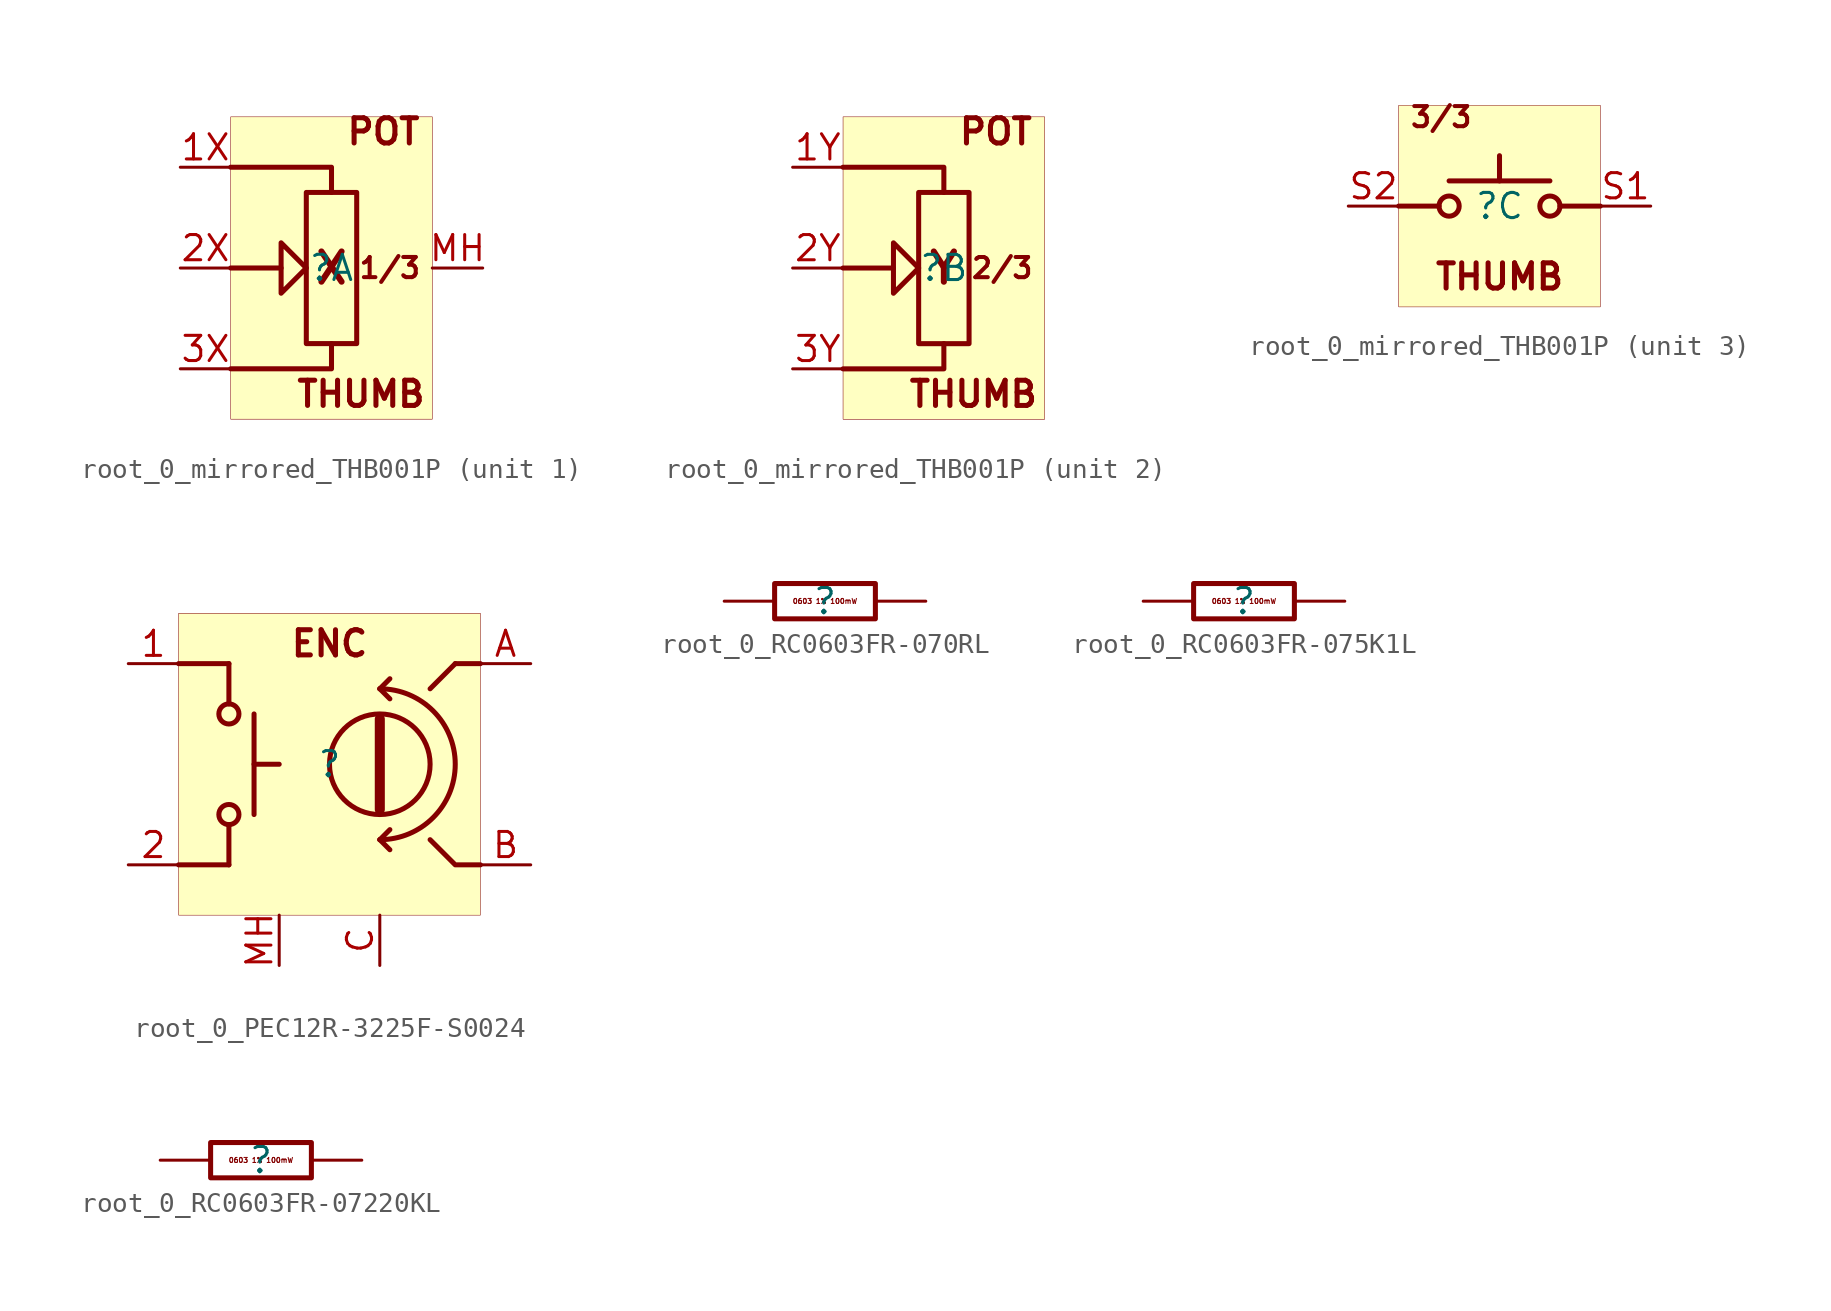
<source format=kicad_sym>
(kicad_symbol_lib
  (version 20231120)
  (generator "kicad_symbol_editor")
  (generator_version "8.0")
  (symbol "root_0_mirrored_THB001P"
    (property "Reference" ""
      (at 0 0 0)
      (effects (font (size 1.27 1.27))))
    (property "Value" ""
      (at 0 0 0)
      (effects (font (size 1.27 1.27))))
    (symbol "root_0_mirrored_THB001P_1_0"
      (polyline (pts (xy -5.08 0) (xy -2.54 0)) (stroke (width 0.254) (type solid)) (fill (type none)))
      (polyline (pts (xy -5.08 -5.08) (xy 0 -5.08) (xy 0 -3.81)) (stroke (width 0.254) (type solid)) (fill (type none)))
      (polyline (pts (xy -5.08 5.08) (xy 0 5.08) (xy 0 3.81)) (stroke (width 0.254) (type solid)) (fill (type none)))
      (polyline (pts (xy -2.54 0) (xy -2.54 1.27) (xy -1.27 0) (xy -2.54 -1.27) (xy -2.54 0)) (stroke (width 0.254) (type solid)) (fill (type none)))
      (polyline (pts (xy 1.27 3.81) (xy -1.27 3.81) (xy -1.27 -3.81) (xy 1.27 -3.81) (xy 1.27 3.81)) (stroke (width 0.254) (type solid)) (fill (type none)))
      (rectangle (start 5.08 7.62) (end -5.08 -7.62) (stroke (width 0.025) (type solid) (color 128 0 0 1)) (fill (type background)))
      (text "1/3" (at 4.572 0 0) (effects (font (size 1.016 1.016) (thickness 0.203) (bold yes)) (justify right)))
      (text "POT" (at 4.572 7.62 0) (effects (font (size 1.27 1.27) (thickness 0.254) (bold yes)) (justify right top)))
      (text "THUMB" (at 4.826 -6.35 0) (effects (font (size 1.27 1.27) (thickness 0.254) (bold yes)) (justify right)))
      (text "X" (at 0 0 0) (effects (font (size 1.524 1.524) (thickness 0.305) (bold yes))))
      (pin passive line (at -7.62 5.08 0) (length 2.54) (name "1X" (effects (font (size 0 0)))) (number "1X" (effects (font (size 1.27 1.27)))))
      (pin passive line (at -7.62 0 0) (length 2.54) (name "2X" (effects (font (size 0 0)))) (number "2X" (effects (font (size 1.27 1.27)))))
      (pin passive line (at -7.62 -5.08 0) (length 2.54) (name "3X" (effects (font (size 0 0)))) (number "3X" (effects (font (size 1.27 1.27)))))
      (pin passive line (at 7.62 0 180) (length 2.54) (name "MH" (effects (font (size 0 0)))) (number "MH" (effects (font (size 1.27 1.27))))))
    (symbol "root_0_mirrored_THB001P_2_0"
      (polyline (pts (xy -5.08 0) (xy -2.54 0)) (stroke (width 0.254) (type solid)) (fill (type none)))
      (polyline (pts (xy -5.08 -5.08) (xy 0 -5.08) (xy 0 -3.81)) (stroke (width 0.254) (type solid)) (fill (type none)))
      (polyline (pts (xy -5.08 5.08) (xy 0 5.08) (xy 0 3.81)) (stroke (width 0.254) (type solid)) (fill (type none)))
      (polyline (pts (xy -2.54 0) (xy -2.54 1.27) (xy -1.27 0) (xy -2.54 -1.27) (xy -2.54 0)) (stroke (width 0.254) (type solid)) (fill (type none)))
      (polyline (pts (xy 1.27 3.81) (xy -1.27 3.81) (xy -1.27 -3.81) (xy 1.27 -3.81) (xy 1.27 3.81)) (stroke (width 0.254) (type solid)) (fill (type none)))
      (rectangle (start 5.08 7.62) (end -5.08 -7.62) (stroke (width 0.025) (type solid) (color 128 0 0 1)) (fill (type background)))
      (text "2/3" (at 4.572 0 0) (effects (font (size 1.016 1.016) (thickness 0.203) (bold yes)) (justify right)))
      (text "POT" (at 4.572 7.62 0) (effects (font (size 1.27 1.27) (thickness 0.254) (bold yes)) (justify right top)))
      (text "THUMB" (at 4.826 -6.35 0) (effects (font (size 1.27 1.27) (thickness 0.254) (bold yes)) (justify right)))
      (text "Y" (at 0 0 0) (effects (font (size 1.524 1.524) (thickness 0.305) (bold yes))))
      (pin passive line (at -7.62 5.08 0) (length 2.54) (name "1Y" (effects (font (size 0 0)))) (number "1Y" (effects (font (size 1.27 1.27)))))
      (pin passive line (at -7.62 0 0) (length 2.54) (name "2Y" (effects (font (size 0 0)))) (number "2Y" (effects (font (size 1.27 1.27)))))
      (pin passive line (at -7.62 -5.08 0) (length 2.54) (name "3Y" (effects (font (size 0 0)))) (number "3Y" (effects (font (size 1.27 1.27))))))
    (symbol "root_0_mirrored_THB001P_3_0"
      (circle (center -2.54 0) (radius 0.508) (stroke (width 0.254) (type solid)) (fill (type none)))
      (polyline (pts (xy -3.048 0) (xy -5.08 0)) (stroke (width 0.254) (type solid)) (fill (type none)))
      (polyline (pts (xy 0 1.27) (xy 0 2.54)) (stroke (width 0.254) (type solid)) (fill (type none)))
      (polyline (pts (xy 2.54 1.27) (xy -2.54 1.27)) (stroke (width 0.254) (type solid)) (fill (type none)))
      (polyline (pts (xy 5.08 0) (xy 3.048 0)) (stroke (width 0.254) (type solid)) (fill (type none)))
      (circle (center 2.54 0) (radius 0.508) (stroke (width 0.254) (type solid)) (fill (type none)))
      (rectangle (start 5.08 5.08) (end -5.08 -5.08) (stroke (width 0.025) (type solid) (color 128 0 0 1)) (fill (type background)))
      (text "3/3" (at -4.572 5.08 0) (effects (font (size 1.016 1.016) (thickness 0.203) (bold yes)) (justify left top)))
      (text "THUMB" (at 0 -3.556 0) (effects (font (size 1.27 1.27) (thickness 0.254) (bold yes))))
      (pin passive line (at 7.62 0 180) (length 2.54) (name "S1" (effects (font (size 0 0)))) (number "S1" (effects (font (size 1.27 1.27)))))
      (pin passive line (at -7.62 0 0) (length 2.54) (name "S2" (effects (font (size 0 0)))) (number "S2" (effects (font (size 1.27 1.27)))))))
  (symbol "root_0_PEC12R-3225F-S0024"
    (property "Reference" ""
      (at 0 0 0)
      (effects (font (size 1.27 1.27))))
    (property "Value" ""
      (at 0 0 0)
      (effects (font (size 1.27 1.27))))
    (symbol "root_0_PEC12R-3225F-S0024_1_0"
      (circle (center -5.08 -2.54) (radius 0.508) (stroke (width 0.254) (type solid)) (fill (type none)))
      (circle (center -5.08 2.54) (radius 0.508) (stroke (width 0.254) (type solid)) (fill (type none)))
      (polyline (pts (xy -5.08 -5.08) (xy -7.62 -5.08)) (stroke (width 0.254) (type solid)) (fill (type none)))
      (polyline (pts (xy -5.08 -3.048) (xy -5.08 -5.08)) (stroke (width 0.254) (type solid)) (fill (type none)))
      (polyline (pts (xy -5.08 5.08) (xy -7.62 5.08)) (stroke (width 0.254) (type solid)) (fill (type none)))
      (polyline (pts (xy -5.08 5.08) (xy -5.08 3.048)) (stroke (width 0.254) (type solid)) (fill (type none)))
      (polyline (pts (xy -3.81 0) (xy -2.54 0)) (stroke (width 0.254) (type solid)) (fill (type none)))
      (polyline (pts (xy -3.81 2.54) (xy -3.81 -2.54)) (stroke (width 0.254) (type solid)) (fill (type none)))
      (polyline (pts (xy 2.54 -3.81) (xy 3.048 -3.302)) (stroke (width 0.254) (type solid)) (fill (type none)))
      (polyline (pts (xy 2.54 2.286) (xy 2.54 -2.286)) (stroke (width 0.508) (type solid)) (fill (type none)))
      (polyline (pts (xy 2.54 3.81) (xy 3.048 3.302)) (stroke (width 0.254) (type solid)) (fill (type none)))
      (polyline (pts (xy 2.54 3.81) (xy 3.048 4.318)) (stroke (width 0.254) (type solid)) (fill (type none)))
      (polyline (pts (xy 3.048 -4.318) (xy 2.54 -3.81)) (stroke (width 0.254) (type solid)) (fill (type none)))
      (polyline (pts (xy 6.35 5.08) (xy 5.08 3.81)) (stroke (width 0.254) (type solid)) (fill (type none)))
      (polyline (pts (xy 7.62 5.08) (xy 6.35 5.08)) (stroke (width 0.254) (type solid)) (fill (type none)))
      (polyline (pts (xy 7.62 -5.08) (xy 6.35 -5.08) (xy 5.08 -3.81)) (stroke (width 0.254) (type solid)) (fill (type none)))
      (arc (start 2.54 -3.81) (mid 6.35 0) (end 2.54 3.81) (stroke (width 0.254) (type solid)) (fill (type none)))
      (circle (center 2.54 0) (radius 2.54) (stroke (width 0.254) (type solid)) (fill (type none)))
      (rectangle (start 7.62 7.62) (end -7.62 -7.62) (stroke (width 0.025) (type solid) (color 128 0 0 1)) (fill (type background)))
      (text "ENC" (at 0 6.096 0) (effects (font (size 1.27 1.27) (thickness 0.254) (bold yes))))
      (pin passive line (at -10.16 5.08 0) (length 2.54) (name "1" (effects (font (size 0 0)))) (number "1" (effects (font (size 1.27 1.27)))))
      (pin passive line (at -10.16 -5.08 0) (length 2.54) (name "2" (effects (font (size 0 0)))) (number "2" (effects (font (size 1.27 1.27)))))
      (pin output line (at 10.16 5.08 180) (length 2.54) (name "A" (effects (font (size 0 0)))) (number "A" (effects (font (size 1.27 1.27)))))
      (pin output line (at 10.16 -5.08 180) (length 2.54) (name "B" (effects (font (size 0 0)))) (number "B" (effects (font (size 1.27 1.27)))))
      (pin power_in line (at 2.54 -10.16 90) (length 2.54) (name "GND" (effects (font (size 0 0)))) (number "C" (effects (font (size 1.27 1.27)))))
      (pin power_in line (at -2.54 -10.16 90) (length 2.54) (name "" (effects (font (size 0 0)))) (number "MH" (effects (font (size 1.27 1.27)))))))
  (symbol "root_0_RC0603FR-070RL"
    (property "Reference" ""
      (at 0 0 0)
      (effects (font (size 1.27 1.27))))
    (property "Value" ""
      (at 0 0 0)
      (effects (font (size 1.27 1.27))))
    (symbol "root_0_RC0603FR-070RL_1_0"
      (polyline (pts (xy -2.54 0) (xy -2.54 0.889) (xy 2.54 0.889) (xy 2.54 -0.889) (xy -2.54 -0.889) (xy -2.54 0)) (stroke (width 0.254) (type solid)) (fill (type none)))
      (text "0603 1% 100mW" (at 0 0 0) (effects (font (size 0.254 0.254) (thickness 0.051) (bold yes))))
      (pin passive line (at -5.08 0 0) (length 2.54) (name "1" (effects (font (size 0 0)))) (number "1" (effects (font (size 0 0)))))
      (pin passive line (at 5.08 0 180) (length 2.54) (name "2" (effects (font (size 0 0)))) (number "2" (effects (font (size 0 0)))))))
  (symbol "root_0_RC0603FR-075K1L"
    (property "Reference" ""
      (at 0 0 0)
      (effects (font (size 1.27 1.27))))
    (property "Value" ""
      (at 0 0 0)
      (effects (font (size 1.27 1.27))))
    (symbol "root_0_RC0603FR-075K1L_1_0"
      (polyline (pts (xy -2.54 0) (xy -2.54 0.889) (xy 2.54 0.889) (xy 2.54 -0.889) (xy -2.54 -0.889) (xy -2.54 0)) (stroke (width 0.254) (type solid)) (fill (type none)))
      (text "0603 1% 100mW" (at 0 0 0) (effects (font (size 0.254 0.254) (thickness 0.051) (bold yes))))
      (pin passive line (at -5.08 0 0) (length 2.54) (name "1" (effects (font (size 0 0)))) (number "1" (effects (font (size 0 0)))))
      (pin passive line (at 5.08 0 180) (length 2.54) (name "2" (effects (font (size 0 0)))) (number "2" (effects (font (size 0 0)))))))
  (symbol "root_0_RC0603FR-07220KL"
    (property "Reference" ""
      (at 0 0 0)
      (effects (font (size 1.27 1.27))))
    (property "Value" ""
      (at 0 0 0)
      (effects (font (size 1.27 1.27))))
    (symbol "root_0_RC0603FR-07220KL_1_0"
      (polyline (pts (xy -2.54 0) (xy -2.54 0.889) (xy 2.54 0.889) (xy 2.54 -0.889) (xy -2.54 -0.889) (xy -2.54 0)) (stroke (width 0.254) (type solid)) (fill (type none)))
      (text "0603 1% 100mW" (at 0 0 0) (effects (font (size 0.254 0.254) (thickness 0.051) (bold yes))))
      (pin passive line (at -5.08 0 0) (length 2.54) (name "1" (effects (font (size 0 0)))) (number "1" (effects (font (size 0 0)))))
      (pin passive line (at 5.08 0 180) (length 2.54) (name "2" (effects (font (size 0 0)))) (number "2" (effects (font (size 0 0))))))))
</source>
